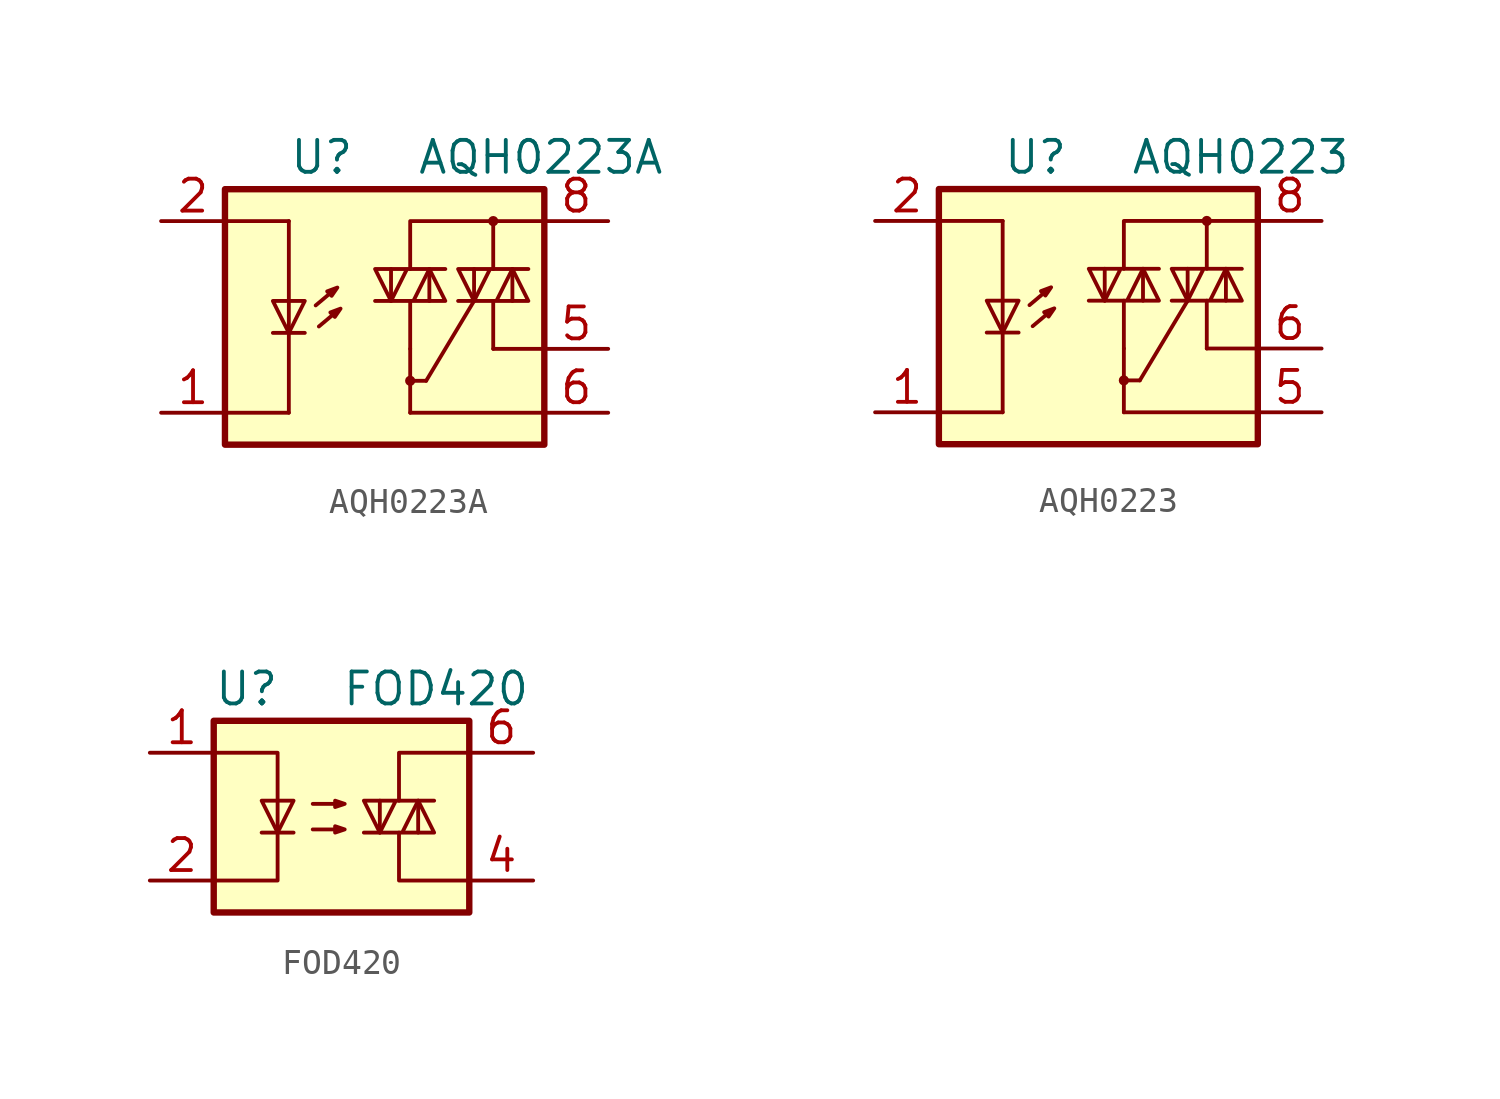
<source format=kicad_sym>
(kicad_symbol_lib
  (version 20231120)
  (generator "kicad_symbol_editor")
  (generator_version "8.0")
  (symbol "AQH0223A"
    (property "Reference" "U"
      (at -5.08 5.08 0)
      (effects (font (size 1.27 1.27)) (justify left)))
    (property "Value" "AQH0223A"
      (at 0 5.08 0)
      (effects (font (size 1.27 1.27)) (justify left)))
    (symbol "AQH0223A_1_1"
      (rectangle (start -7.62 3.81) (end 5.08 -6.35) (stroke (width 0.254) (type default)) (fill (type background)))
      (circle (center -0.254 -3.81) (radius 0.127) (stroke (width 0) (type default)) (fill (type none)))
      (polyline (pts (xy -5.715 -1.905) (xy -4.445 -1.905)) (stroke (width 0) (type default)) (fill (type none)))
      (polyline (pts (xy -5.08 -5.08) (xy -7.62 -5.08)) (stroke (width 0) (type default)) (fill (type none)))
      (polyline (pts (xy -5.08 -1.905) (xy -5.08 -5.08)) (stroke (width 0) (type default)) (fill (type none)))
      (polyline (pts (xy -5.08 -0.635) (xy -5.08 -1.905)) (stroke (width 0) (type default)) (fill (type none)))
      (polyline (pts (xy -5.08 -0.635) (xy -5.08 2.54)) (stroke (width 0) (type default)) (fill (type none)))
      (polyline (pts (xy -5.08 2.54) (xy -7.493 2.54)) (stroke (width 0) (type default)) (fill (type none)))
      (polyline (pts (xy -3.378 -0.279) (xy -4.013 -0.813)) (stroke (width 0) (type default)) (fill (type none)))
      (polyline (pts (xy -3.251 -1.118) (xy -3.886 -1.651)) (stroke (width 0) (type default)) (fill (type none)))
      (polyline (pts (xy -1.016 -0.635) (xy -1.016 0.635)) (stroke (width 0) (type default)) (fill (type none)))
      (polyline (pts (xy -0.254 -3.81) (xy 0.381 -3.81)) (stroke (width 0) (type default)) (fill (type none)))
      (polyline (pts (xy -0.254 -2.54) (xy -0.254 -5.08)) (stroke (width 0) (type default)) (fill (type none)))
      (polyline (pts (xy -0.254 -2.54) (xy -0.254 -0.635)) (stroke (width 0) (type default)) (fill (type none)))
      (polyline (pts (xy 0.381 -3.81) (xy 2.286 -0.635)) (stroke (width 0) (type default)) (fill (type none)))
      (polyline (pts (xy 0.508 0.635) (xy 0.508 -0.635)) (stroke (width 0) (type default)) (fill (type none)))
      (polyline (pts (xy 2.286 -0.635) (xy 2.286 0.635)) (stroke (width 0) (type default)) (fill (type none)))
      (polyline (pts (xy 3.048 -2.54) (xy 5.08 -2.54)) (stroke (width 0) (type default)) (fill (type none)))
      (polyline (pts (xy 3.048 -0.635) (xy 3.048 -2.54)) (stroke (width 0) (type default)) (fill (type none)))
      (polyline (pts (xy 3.048 2.54) (xy 3.048 0.635)) (stroke (width 0) (type default)) (fill (type none)))
      (polyline (pts (xy 3.81 0.635) (xy 3.81 -0.635)) (stroke (width 0) (type default)) (fill (type none)))
      (polyline (pts (xy 5.08 -5.08) (xy -0.254 -5.08)) (stroke (width 0) (type default)) (fill (type none)))
      (polyline (pts (xy 5.08 2.54) (xy 3.048 2.54)) (stroke (width 0) (type default)) (fill (type none)))
      (polyline (pts (xy 3.048 2.54) (xy -0.254 2.54) (xy -0.254 0.635)) (stroke (width 0) (type default)) (fill (type none)))
      (polyline (pts (xy -5.08 -1.905) (xy -5.715 -0.635) (xy -4.445 -0.635) (xy -5.08 -1.905)) (stroke (width 0) (type default)) (fill (type none)))
      (polyline (pts (xy -3.556 -0.254) (xy -3.378 -0.432) (xy -3.15 -0.102) (xy -3.556 -0.254)) (stroke (width 0) (type default)) (fill (type none)))
      (polyline (pts (xy -3.429 -1.092) (xy -3.251 -1.27) (xy -3.023 -0.94) (xy -3.429 -1.092)) (stroke (width 0) (type default)) (fill (type none)))
      (polyline (pts (xy -1.651 -0.635) (xy 1.143 -0.635) (xy 0.508 0.635) (xy -0.127 -0.635)) (stroke (width 0) (type default)) (fill (type none)))
      (polyline (pts (xy 1.143 0.635) (xy -1.651 0.635) (xy -1.016 -0.635) (xy -0.381 0.635)) (stroke (width 0) (type default)) (fill (type none)))
      (polyline (pts (xy 1.651 -0.635) (xy 4.445 -0.635) (xy 3.81 0.635) (xy 3.175 -0.635)) (stroke (width 0) (type default)) (fill (type none)))
      (polyline (pts (xy 4.445 0.635) (xy 1.651 0.635) (xy 2.286 -0.635) (xy 2.921 0.635)) (stroke (width 0) (type default)) (fill (type none)))
      (circle (center 3.048 2.54) (radius 0.127) (stroke (width 0) (type default)) (fill (type none)))
      (pin passive line (at -10.16 -5.08 0) (length 2.54) (name "~" (effects (font (size 1.27 1.27)))) (number "1" (effects (font (size 1.27 1.27)))))
      (pin passive line (at -10.16 2.54 0) (length 2.54) (name "~" (effects (font (size 1.27 1.27)))) (number "2" (effects (font (size 1.27 1.27)))))
      (pin passive line (at -10.16 -5.08 0) (length 2.54) hide (name "~" (effects (font (size 1.27 1.27)))) (number "3" (effects (font (size 1.27 1.27)))))
      (pin passive line (at -10.16 -5.08 0) (length 2.54) hide (name "~" (effects (font (size 1.27 1.27)))) (number "4" (effects (font (size 1.27 1.27)))))
      (pin passive line (at 7.62 -2.54 180) (length 2.54) (name "~" (effects (font (size 1.27 1.27)))) (number "5" (effects (font (size 1.27 1.27)))))
      (pin passive line (at 7.62 -5.08 180) (length 2.54) (name "~" (effects (font (size 1.27 1.27)))) (number "6" (effects (font (size 1.27 1.27)))))
      (pin passive line (at 7.62 2.54 180) (length 2.54) (name "~" (effects (font (size 1.27 1.27)))) (number "8" (effects (font (size 1.27 1.27)))))))
  (symbol "AQH0223"
    (property "Reference" "U"
      (at -5.08 5.08 0)
      (effects (font (size 1.27 1.27)) (justify left)))
    (property "Value" "AQH0223"
      (at 0 5.08 0)
      (effects (font (size 1.27 1.27)) (justify left)))
    (symbol "AQH0223_0_1"
      (polyline (pts (xy 3.048 -2.54) (xy 5.08 -2.54)) (stroke (width 0) (type default)) (fill (type none)))
      (polyline (pts (xy 3.048 -0.635) (xy 3.048 -2.54)) (stroke (width 0) (type default)) (fill (type none))))
    (symbol "AQH0223_1_1"
      (rectangle (start -7.62 3.81) (end 5.08 -6.35) (stroke (width 0.254) (type default)) (fill (type background)))
      (circle (center -0.254 -3.81) (radius 0.127) (stroke (width 0) (type default)) (fill (type none)))
      (polyline (pts (xy -5.715 -1.905) (xy -4.445 -1.905)) (stroke (width 0) (type default)) (fill (type none)))
      (polyline (pts (xy -5.08 -5.08) (xy -7.62 -5.08)) (stroke (width 0) (type default)) (fill (type none)))
      (polyline (pts (xy -5.08 -1.905) (xy -5.08 -5.08)) (stroke (width 0) (type default)) (fill (type none)))
      (polyline (pts (xy -5.08 -0.635) (xy -5.08 -1.905)) (stroke (width 0) (type default)) (fill (type none)))
      (polyline (pts (xy -5.08 -0.635) (xy -5.08 2.54)) (stroke (width 0) (type default)) (fill (type none)))
      (polyline (pts (xy -5.08 2.54) (xy -7.493 2.54)) (stroke (width 0) (type default)) (fill (type none)))
      (polyline (pts (xy -3.378 -0.279) (xy -4.013 -0.813)) (stroke (width 0) (type default)) (fill (type none)))
      (polyline (pts (xy -3.251 -1.118) (xy -3.886 -1.651)) (stroke (width 0) (type default)) (fill (type none)))
      (polyline (pts (xy -1.016 -0.635) (xy -1.016 0.635)) (stroke (width 0) (type default)) (fill (type none)))
      (polyline (pts (xy -0.254 -3.81) (xy 0.381 -3.81)) (stroke (width 0) (type default)) (fill (type none)))
      (polyline (pts (xy -0.254 -2.54) (xy -0.254 -5.08)) (stroke (width 0) (type default)) (fill (type none)))
      (polyline (pts (xy -0.254 -2.54) (xy -0.254 -0.635)) (stroke (width 0) (type default)) (fill (type none)))
      (polyline (pts (xy 0.381 -3.81) (xy 2.286 -0.635)) (stroke (width 0) (type default)) (fill (type none)))
      (polyline (pts (xy 0.508 0.635) (xy 0.508 -0.635)) (stroke (width 0) (type default)) (fill (type none)))
      (polyline (pts (xy 2.286 -0.635) (xy 2.286 0.635)) (stroke (width 0) (type default)) (fill (type none)))
      (polyline (pts (xy 3.048 2.54) (xy 3.048 0.635)) (stroke (width 0) (type default)) (fill (type none)))
      (polyline (pts (xy 3.81 0.635) (xy 3.81 -0.635)) (stroke (width 0) (type default)) (fill (type none)))
      (polyline (pts (xy 5.08 -5.08) (xy -0.254 -5.08)) (stroke (width 0) (type default)) (fill (type none)))
      (polyline (pts (xy 5.08 2.54) (xy 3.048 2.54)) (stroke (width 0) (type default)) (fill (type none)))
      (polyline (pts (xy 3.048 2.54) (xy -0.254 2.54) (xy -0.254 0.635)) (stroke (width 0) (type default)) (fill (type none)))
      (polyline (pts (xy -5.08 -1.905) (xy -5.715 -0.635) (xy -4.445 -0.635) (xy -5.08 -1.905)) (stroke (width 0) (type default)) (fill (type none)))
      (polyline (pts (xy -3.556 -0.254) (xy -3.378 -0.432) (xy -3.15 -0.102) (xy -3.556 -0.254)) (stroke (width 0) (type default)) (fill (type none)))
      (polyline (pts (xy -3.429 -1.092) (xy -3.251 -1.27) (xy -3.023 -0.94) (xy -3.429 -1.092)) (stroke (width 0) (type default)) (fill (type none)))
      (polyline (pts (xy -1.651 -0.635) (xy 1.143 -0.635) (xy 0.508 0.635) (xy -0.127 -0.635)) (stroke (width 0) (type default)) (fill (type none)))
      (polyline (pts (xy 1.143 0.635) (xy -1.651 0.635) (xy -1.016 -0.635) (xy -0.381 0.635)) (stroke (width 0) (type default)) (fill (type none)))
      (polyline (pts (xy 1.651 -0.635) (xy 4.445 -0.635) (xy 3.81 0.635) (xy 3.175 -0.635)) (stroke (width 0) (type default)) (fill (type none)))
      (polyline (pts (xy 4.445 0.635) (xy 1.651 0.635) (xy 2.286 -0.635) (xy 2.921 0.635)) (stroke (width 0) (type default)) (fill (type none)))
      (circle (center 3.048 2.54) (radius 0.127) (stroke (width 0) (type default)) (fill (type none)))
      (pin passive line (at -10.16 -5.08 0) (length 2.54) (name "~" (effects (font (size 1.27 1.27)))) (number "1" (effects (font (size 1.27 1.27)))))
      (pin passive line (at -10.16 2.54 0) (length 2.54) (name "~" (effects (font (size 1.27 1.27)))) (number "2" (effects (font (size 1.27 1.27)))))
      (pin passive line (at -10.16 -5.08 0) (length 2.54) hide (name "~" (effects (font (size 1.27 1.27)))) (number "3" (effects (font (size 1.27 1.27)))))
      (pin passive line (at -10.16 -5.08 0) (length 2.54) hide (name "~" (effects (font (size 1.27 1.27)))) (number "4" (effects (font (size 1.27 1.27)))))
      (pin passive line (at 7.62 -5.08 180) (length 2.54) (name "~" (effects (font (size 1.27 1.27)))) (number "5" (effects (font (size 1.27 1.27)))))
      (pin passive line (at 7.62 -2.54 180) (length 2.54) (name "~" (effects (font (size 1.27 1.27)))) (number "6" (effects (font (size 1.27 1.27)))))
      (pin passive line (at 7.62 2.54 180) (length 2.54) (name "~" (effects (font (size 1.27 1.27)))) (number "8" (effects (font (size 1.27 1.27)))))))
  (symbol "FOD420"
    (property "Reference" "U"
      (at -5.08 5.08 0)
      (effects (font (size 1.27 1.27)) (justify left)))
    (property "Value" "FOD420"
      (at 0 5.08 0)
      (effects (font (size 1.27 1.27)) (justify left)))
    (symbol "FOD420_0_1"
      (rectangle (start -5.08 3.81) (end 5.08 -3.81) (stroke (width 0.254) (type default)) (fill (type background)))
      (polyline (pts (xy -3.175 -0.635) (xy -1.905 -0.635)) (stroke (width 0) (type default)) (fill (type none)))
      (polyline (pts (xy 1.524 -0.635) (xy 1.524 0.635)) (stroke (width 0) (type default)) (fill (type none)))
      (polyline (pts (xy 3.048 0.635) (xy 3.048 -0.635)) (stroke (width 0) (type default)) (fill (type none)))
      (polyline (pts (xy 2.286 -0.635) (xy 2.286 -2.54) (xy 5.08 -2.54)) (stroke (width 0) (type default)) (fill (type none)))
      (polyline (pts (xy 2.286 0.635) (xy 2.286 2.54) (xy 5.08 2.54)) (stroke (width 0) (type default)) (fill (type none)))
      (polyline (pts (xy -5.08 2.54) (xy -2.54 2.54) (xy -2.54 -2.54) (xy -5.08 -2.54)) (stroke (width 0) (type default)) (fill (type none)))
      (polyline (pts (xy -2.54 -0.635) (xy -3.175 0.635) (xy -1.905 0.635) (xy -2.54 -0.635)) (stroke (width 0) (type default)) (fill (type none)))
      (polyline (pts (xy 0.889 -0.635) (xy 3.683 -0.635) (xy 3.048 0.635) (xy 2.413 -0.635)) (stroke (width 0) (type default)) (fill (type none)))
      (polyline (pts (xy 3.683 0.635) (xy 0.889 0.635) (xy 1.524 -0.635) (xy 2.159 0.635)) (stroke (width 0) (type default)) (fill (type none)))
      (polyline (pts (xy -1.143 -0.508) (xy 0.127 -0.508) (xy -0.254 -0.635) (xy -0.254 -0.381) (xy 0.127 -0.508)) (stroke (width 0) (type default)) (fill (type none)))
      (polyline (pts (xy -1.143 0.508) (xy 0.127 0.508) (xy -0.254 0.381) (xy -0.254 0.635) (xy 0.127 0.508)) (stroke (width 0) (type default)) (fill (type none))))
    (symbol "FOD420_1_1"
      (pin passive line (at -7.62 2.54 0) (length 2.54) (name "~" (effects (font (size 1.27 1.27)))) (number "1" (effects (font (size 1.27 1.27)))))
      (pin passive line (at -7.62 -2.54 0) (length 2.54) (name "~" (effects (font (size 1.27 1.27)))) (number "2" (effects (font (size 1.27 1.27)))))
      (pin no_connect line (at -5.08 0 0) (length 2.54) hide (name "NC" (effects (font (size 1.27 1.27)))) (number "3" (effects (font (size 1.27 1.27)))))
      (pin passive line (at 7.62 -2.54 180) (length 2.54) (name "~" (effects (font (size 1.27 1.27)))) (number "4" (effects (font (size 1.27 1.27)))))
      (pin no_connect line (at 5.08 0 180) (length 2.54) hide (name "NC" (effects (font (size 1.27 1.27)))) (number "5" (effects (font (size 1.27 1.27)))))
      (pin passive line (at 7.62 2.54 180) (length 2.54) (name "~" (effects (font (size 1.27 1.27)))) (number "6" (effects (font (size 1.27 1.27))))))))
</source>
